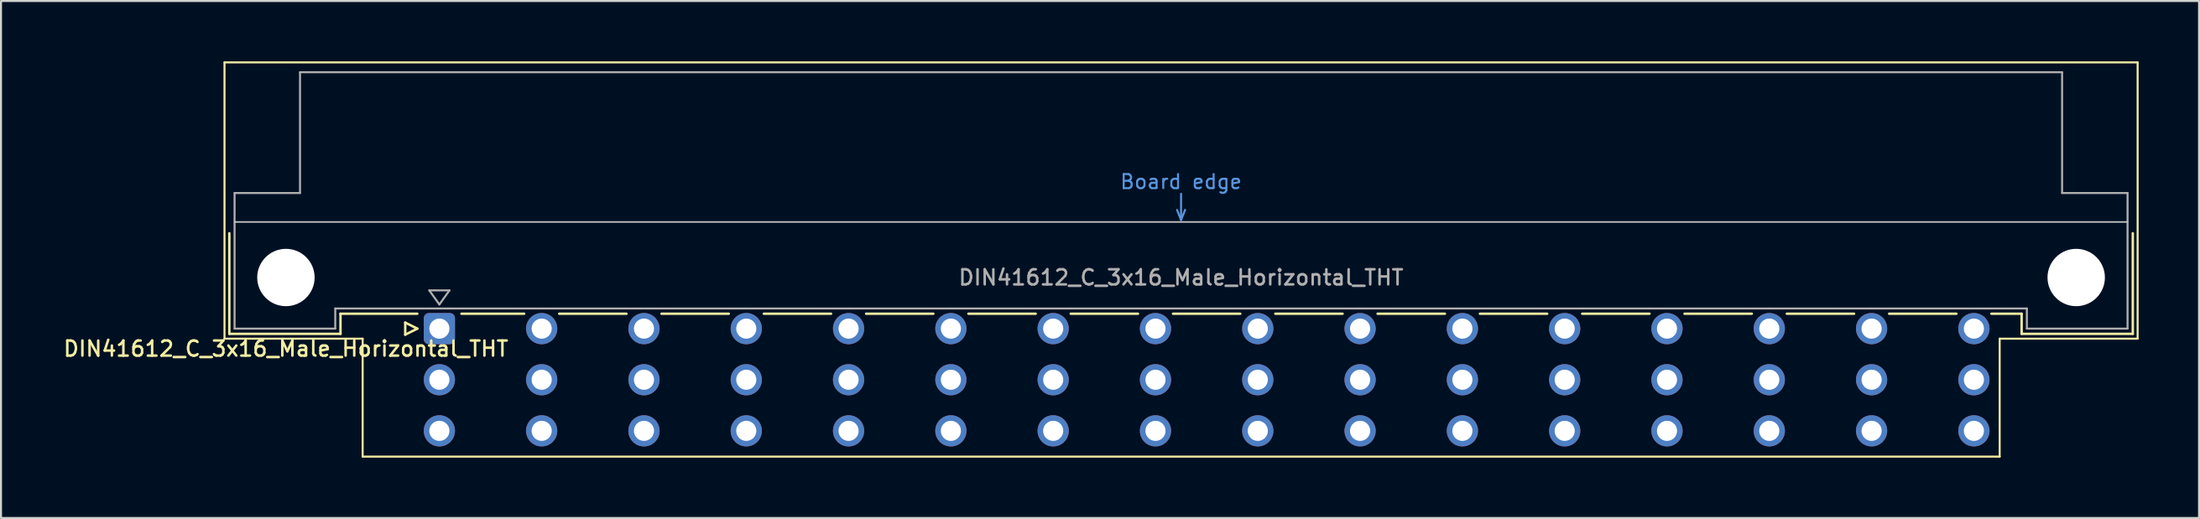
<source format=kicad_pcb>
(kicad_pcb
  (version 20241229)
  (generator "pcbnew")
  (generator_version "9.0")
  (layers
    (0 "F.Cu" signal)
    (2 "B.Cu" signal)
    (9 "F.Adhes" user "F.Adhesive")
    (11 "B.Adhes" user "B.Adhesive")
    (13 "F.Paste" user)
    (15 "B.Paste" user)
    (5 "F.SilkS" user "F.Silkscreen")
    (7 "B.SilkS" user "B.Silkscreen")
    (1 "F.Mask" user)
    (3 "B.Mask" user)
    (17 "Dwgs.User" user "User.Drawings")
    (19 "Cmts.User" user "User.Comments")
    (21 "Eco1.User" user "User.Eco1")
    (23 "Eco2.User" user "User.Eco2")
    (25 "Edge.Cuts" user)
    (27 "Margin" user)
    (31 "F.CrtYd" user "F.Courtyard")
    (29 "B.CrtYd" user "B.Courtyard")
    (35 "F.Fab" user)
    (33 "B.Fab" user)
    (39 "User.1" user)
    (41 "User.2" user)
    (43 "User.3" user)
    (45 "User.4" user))
  (footprint "DIN41612_C_3x16_Male_Horizontal_THT"
    (layer "F.Cu")
    (at 16.228 13.28)
    (property "Reference" "DIN41612_C_3x16_Male_Horizontal_THT" (at -5.08 1 0) (layer "F.SilkS") (effects (font (size 0.75 0.75) (thickness 0.125))))
    (attr through_hole)
    (fp_line (start -8.13 -13.23) (end -8.13 0.5) (stroke (width 0.1) (type solid)) (layer "F.SilkS"))
    (fp_line (start -8.13 0.5) (end -1.27 0.5) (stroke (width 0.1) (type solid)) (layer "F.SilkS"))
    (fp_line (start -7.89 -4.74) (end -7.89 0.26) (stroke (width 0.12) (type solid)) (layer "F.SilkS"))
    (fp_line (start -7.89 0.26) (end -2.37 0.26) (stroke (width 0.12) (type solid)) (layer "F.SilkS"))
    (fp_line (start -2.371 -0.74) (end 1.445 -0.74) (stroke (width 0.12) (type solid)) (layer "F.SilkS"))
    (fp_line (start -2.37 0.26) (end -2.37 -0.74) (stroke (width 0.12) (type solid)) (layer "F.SilkS"))
    (fp_line (start -1.27 0.5) (end -1.27 6.36) (stroke (width 0.1) (type solid)) (layer "F.SilkS"))
    (fp_line (start -1.27 6.36) (end 80.02 6.36) (stroke (width 0.1) (type solid)) (layer "F.SilkS"))
    (fp_line (start 0.845 -0.3) (end 0.845 0.3) (stroke (width 0.12) (type solid)) (layer "F.SilkS"))
    (fp_line (start 0.845 0.3) (end 1.445 0) (stroke (width 0.12) (type solid)) (layer "F.SilkS"))
    (fp_line (start 1.445 0) (end 0.845 -0.3) (stroke (width 0.12) (type solid)) (layer "F.SilkS"))
    (fp_line (start 3.635 -0.74) (end 6.751 -0.74) (stroke (width 0.12) (type solid)) (layer "F.SilkS"))
    (fp_line (start 8.49 -0.74) (end 11.831 -0.74) (stroke (width 0.12) (type solid)) (layer "F.SilkS"))
    (fp_line (start 13.57 -0.74) (end 16.911 -0.74) (stroke (width 0.12) (type solid)) (layer "F.SilkS"))
    (fp_line (start 18.65 -0.74) (end 21.991 -0.74) (stroke (width 0.12) (type solid)) (layer "F.SilkS"))
    (fp_line (start 23.73 -0.74) (end 27.071 -0.74) (stroke (width 0.12) (type solid)) (layer "F.SilkS"))
    (fp_line (start 28.81 -0.74) (end 32.151 -0.74) (stroke (width 0.12) (type solid)) (layer "F.SilkS"))
    (fp_line (start 33.89 -0.74) (end 37.231 -0.74) (stroke (width 0.12) (type solid)) (layer "F.SilkS"))
    (fp_line (start 38.97 -0.74) (end 42.311 -0.74) (stroke (width 0.12) (type solid)) (layer "F.SilkS"))
    (fp_line (start 44.05 -0.74) (end 47.391 -0.74) (stroke (width 0.12) (type solid)) (layer "F.SilkS"))
    (fp_line (start 49.13 -0.74) (end 52.471 -0.74) (stroke (width 0.12) (type solid)) (layer "F.SilkS"))
    (fp_line (start 54.21 -0.74) (end 57.551 -0.74) (stroke (width 0.12) (type solid)) (layer "F.SilkS"))
    (fp_line (start 59.29 -0.74) (end 62.631 -0.74) (stroke (width 0.12) (type solid)) (layer "F.SilkS"))
    (fp_line (start 64.37 -0.74) (end 67.711 -0.74) (stroke (width 0.12) (type solid)) (layer "F.SilkS"))
    (fp_line (start 69.45 -0.74) (end 72.791 -0.74) (stroke (width 0.12) (type solid)) (layer "F.SilkS"))
    (fp_line (start 74.53 -0.74) (end 77.871 -0.74) (stroke (width 0.12) (type solid)) (layer "F.SilkS"))
    (fp_line (start 79.61 -0.74) (end 81.11 -0.74) (stroke (width 0.12) (type solid)) (layer "F.SilkS"))
    (fp_line (start 80.02 0.5) (end 86.87 0.5) (stroke (width 0.1) (type solid)) (layer "F.SilkS"))
    (fp_line (start 80.02 6.36) (end 80.02 0.5) (stroke (width 0.1) (type solid)) (layer "F.SilkS"))
    (fp_line (start 81.11 0.26) (end 81.11 -0.74) (stroke (width 0.12) (type solid)) (layer "F.SilkS"))
    (fp_line (start 86.63 -4.74) (end 86.63 0.26) (stroke (width 0.12) (type solid)) (layer "F.SilkS"))
    (fp_line (start 86.63 0.26) (end 81.11 0.26) (stroke (width 0.12) (type solid)) (layer "F.SilkS"))
    (fp_line (start 86.87 -13.23) (end -8.13 -13.23) (stroke (width 0.1) (type solid)) (layer "F.SilkS"))
    (fp_line (start 86.87 0.5) (end 86.87 -13.23) (stroke (width 0.1) (type solid)) (layer "F.SilkS"))
    (fp_line (start -7.63 -5.3) (end 86.37 -5.3) (stroke (width 0.08) (type solid)) (layer "Dwgs.User"))
    (fp_line (start 39.17 -5.9) (end 39.37 -5.4) (stroke (width 0.1) (type solid)) (layer "Cmts.User"))
    (fp_line (start 39.37 -5.4) (end 39.37 -6.7) (stroke (width 0.1) (type solid)) (layer "Cmts.User"))
    (fp_line (start 39.37 -5.4) (end 39.57 -5.9) (stroke (width 0.1) (type solid)) (layer "Cmts.User"))
    (fp_line (start -7.63 -6.74) (end -7.63 0) (stroke (width 0.1) (type solid)) (layer "F.Fab"))
    (fp_line (start -7.63 0) (end -2.63 0) (stroke (width 0.1) (type solid)) (layer "F.Fab"))
    (fp_line (start -4.38 -12.74) (end -4.38 -6.74) (stroke (width 0.1) (type solid)) (layer "F.Fab"))
    (fp_line (start -4.38 -6.74) (end -7.63 -6.74) (stroke (width 0.1) (type solid)) (layer "F.Fab"))
    (fp_line (start -2.63 -1) (end 81.37 -1) (stroke (width 0.1) (type solid)) (layer "F.Fab"))
    (fp_line (start -2.63 0) (end -2.63 -1) (stroke (width 0.1) (type solid)) (layer "F.Fab"))
    (fp_line (start 2.04 -1.9) (end 3.04 -1.9) (stroke (width 0.1) (type solid)) (layer "F.Fab"))
    (fp_line (start 2.54 -1.2) (end 2.04 -1.9) (stroke (width 0.1) (type solid)) (layer "F.Fab"))
    (fp_line (start 3.04 -1.9) (end 2.54 -1.2) (stroke (width 0.1) (type solid)) (layer "F.Fab"))
    (fp_line (start 81.37 -1) (end 81.37 0) (stroke (width 0.1) (type solid)) (layer "F.Fab"))
    (fp_line (start 81.37 0) (end 86.37 0) (stroke (width 0.1) (type solid)) (layer "F.Fab"))
    (fp_line (start 83.12 -12.74) (end -4.38 -12.74) (stroke (width 0.1) (type solid)) (layer "F.Fab"))
    (fp_line (start 83.12 -6.74) (end 83.12 -12.74) (stroke (width 0.1) (type solid)) (layer "F.Fab"))
    (fp_line (start 86.37 -6.74) (end 83.12 -6.74) (stroke (width 0.1) (type solid)) (layer "F.Fab"))
    (fp_line (start 86.37 0) (end 86.37 -6.74) (stroke (width 0.1) (type solid)) (layer "F.Fab"))
    (fp_text user "Board edge" (at 39.37 -7.3 0) (layer "Cmts.User") (effects (font (size 0.7 0.7) (thickness 0.1))))
    (fp_text user "${REFERENCE}" (at 39.37 -2.54 0) (layer "F.Fab") (effects (font (size 0.75 0.75) (thickness 0.125))))
    (pad "" np_thru_hole circle (at -5.08 -2.54) (size 2.85 2.85) (drill 2.85) (layers "*.Cu" "*.Mask"))
    (pad "" np_thru_hole circle (at 83.82 -2.54) (size 2.85 2.85) (drill 2.85) (layers "*.Cu" "*.Mask"))
    (pad "a2" thru_hole roundrect (at 2.54 0) (size 1.55 1.55) (drill 1) (layers "*.Cu" "*.Mask") (roundrect_rratio 0.161))
    (pad "a4" thru_hole circle (at 7.62 0) (size 1.55 1.55) (drill 1) (layers "*.Cu" "*.Mask"))
    (pad "a6" thru_hole circle (at 12.7 0) (size 1.55 1.55) (drill 1) (layers "*.Cu" "*.Mask"))
    (pad "a8" thru_hole circle (at 17.78 0) (size 1.55 1.55) (drill 1) (layers "*.Cu" "*.Mask"))
    (pad "a10" thru_hole circle (at 22.86 0) (size 1.55 1.55) (drill 1) (layers "*.Cu" "*.Mask"))
    (pad "a12" thru_hole circle (at 27.94 0) (size 1.55 1.55) (drill 1) (layers "*.Cu" "*.Mask"))
    (pad "a14" thru_hole circle (at 33.02 0) (size 1.55 1.55) (drill 1) (layers "*.Cu" "*.Mask"))
    (pad "a16" thru_hole circle (at 38.1 0) (size 1.55 1.55) (drill 1) (layers "*.Cu" "*.Mask"))
    (pad "a18" thru_hole circle (at 43.18 0) (size 1.55 1.55) (drill 1) (layers "*.Cu" "*.Mask"))
    (pad "a20" thru_hole circle (at 48.26 0) (size 1.55 1.55) (drill 1) (layers "*.Cu" "*.Mask"))
    (pad "a22" thru_hole circle (at 53.34 0) (size 1.55 1.55) (drill 1) (layers "*.Cu" "*.Mask"))
    (pad "a24" thru_hole circle (at 58.42 0) (size 1.55 1.55) (drill 1) (layers "*.Cu" "*.Mask"))
    (pad "a26" thru_hole circle (at 63.5 0) (size 1.55 1.55) (drill 1) (layers "*.Cu" "*.Mask"))
    (pad "a28" thru_hole circle (at 68.58 0) (size 1.55 1.55) (drill 1) (layers "*.Cu" "*.Mask"))
    (pad "a30" thru_hole circle (at 73.66 0) (size 1.55 1.55) (drill 1) (layers "*.Cu" "*.Mask"))
    (pad "a32" thru_hole circle (at 78.74 0) (size 1.55 1.55) (drill 1) (layers "*.Cu" "*.Mask"))
    (pad "b2" thru_hole circle (at 2.54 2.54) (size 1.55 1.55) (drill 1) (layers "*.Cu" "*.Mask"))
    (pad "b4" thru_hole circle (at 7.62 2.54) (size 1.55 1.55) (drill 1) (layers "*.Cu" "*.Mask"))
    (pad "b6" thru_hole circle (at 12.7 2.54) (size 1.55 1.55) (drill 1) (layers "*.Cu" "*.Mask"))
    (pad "b8" thru_hole circle (at 17.78 2.54) (size 1.55 1.55) (drill 1) (layers "*.Cu" "*.Mask"))
    (pad "b10" thru_hole circle (at 22.86 2.54) (size 1.55 1.55) (drill 1) (layers "*.Cu" "*.Mask"))
    (pad "b12" thru_hole circle (at 27.94 2.54) (size 1.55 1.55) (drill 1) (layers "*.Cu" "*.Mask"))
    (pad "b14" thru_hole circle (at 33.02 2.54) (size 1.55 1.55) (drill 1) (layers "*.Cu" "*.Mask"))
    (pad "b16" thru_hole circle (at 38.1 2.54) (size 1.55 1.55) (drill 1) (layers "*.Cu" "*.Mask"))
    (pad "b18" thru_hole circle (at 43.18 2.54) (size 1.55 1.55) (drill 1) (layers "*.Cu" "*.Mask"))
    (pad "b20" thru_hole circle (at 48.26 2.54) (size 1.55 1.55) (drill 1) (layers "*.Cu" "*.Mask"))
    (pad "b22" thru_hole circle (at 53.34 2.54) (size 1.55 1.55) (drill 1) (layers "*.Cu" "*.Mask"))
    (pad "b24" thru_hole circle (at 58.42 2.54) (size 1.55 1.55) (drill 1) (layers "*.Cu" "*.Mask"))
    (pad "b26" thru_hole circle (at 63.5 2.54) (size 1.55 1.55) (drill 1) (layers "*.Cu" "*.Mask"))
    (pad "b28" thru_hole circle (at 68.58 2.54) (size 1.55 1.55) (drill 1) (layers "*.Cu" "*.Mask"))
    (pad "b30" thru_hole circle (at 73.66 2.54) (size 1.55 1.55) (drill 1) (layers "*.Cu" "*.Mask"))
    (pad "b32" thru_hole circle (at 78.74 2.54) (size 1.55 1.55) (drill 1) (layers "*.Cu" "*.Mask"))
    (pad "c2" thru_hole circle (at 2.54 5.08) (size 1.55 1.55) (drill 1) (layers "*.Cu" "*.Mask"))
    (pad "c4" thru_hole circle (at 7.62 5.08) (size 1.55 1.55) (drill 1) (layers "*.Cu" "*.Mask"))
    (pad "c6" thru_hole circle (at 12.7 5.08) (size 1.55 1.55) (drill 1) (layers "*.Cu" "*.Mask"))
    (pad "c8" thru_hole circle (at 17.78 5.08) (size 1.55 1.55) (drill 1) (layers "*.Cu" "*.Mask"))
    (pad "c10" thru_hole circle (at 22.86 5.08) (size 1.55 1.55) (drill 1) (layers "*.Cu" "*.Mask"))
    (pad "c12" thru_hole circle (at 27.94 5.08) (size 1.55 1.55) (drill 1) (layers "*.Cu" "*.Mask"))
    (pad "c14" thru_hole circle (at 33.02 5.08) (size 1.55 1.55) (drill 1) (layers "*.Cu" "*.Mask"))
    (pad "c16" thru_hole circle (at 38.1 5.08) (size 1.55 1.55) (drill 1) (layers "*.Cu" "*.Mask"))
    (pad "c18" thru_hole circle (at 43.18 5.08) (size 1.55 1.55) (drill 1) (layers "*.Cu" "*.Mask"))
    (pad "c20" thru_hole circle (at 48.26 5.08) (size 1.55 1.55) (drill 1) (layers "*.Cu" "*.Mask"))
    (pad "c22" thru_hole circle (at 53.34 5.08) (size 1.55 1.55) (drill 1) (layers "*.Cu" "*.Mask"))
    (pad "c24" thru_hole circle (at 58.42 5.08) (size 1.55 1.55) (drill 1) (layers "*.Cu" "*.Mask"))
    (pad "c26" thru_hole circle (at 63.5 5.08) (size 1.55 1.55) (drill 1) (layers "*.Cu" "*.Mask"))
    (pad "c28" thru_hole circle (at 68.58 5.08) (size 1.55 1.55) (drill 1) (layers "*.Cu" "*.Mask"))
    (pad "c30" thru_hole circle (at 73.66 5.08) (size 1.55 1.55) (drill 1) (layers "*.Cu" "*.Mask"))
    (pad "c32" thru_hole circle (at 78.74 5.08) (size 1.55 1.55) (drill 1) (layers "*.Cu" "*.Mask")))
  (gr_rect
    (start -3 -3)
    (end 106.148 22.69)
    (stroke (width 0.1) (type default))
    (fill no)
    (layer "Edge.Cuts")))
</source>
